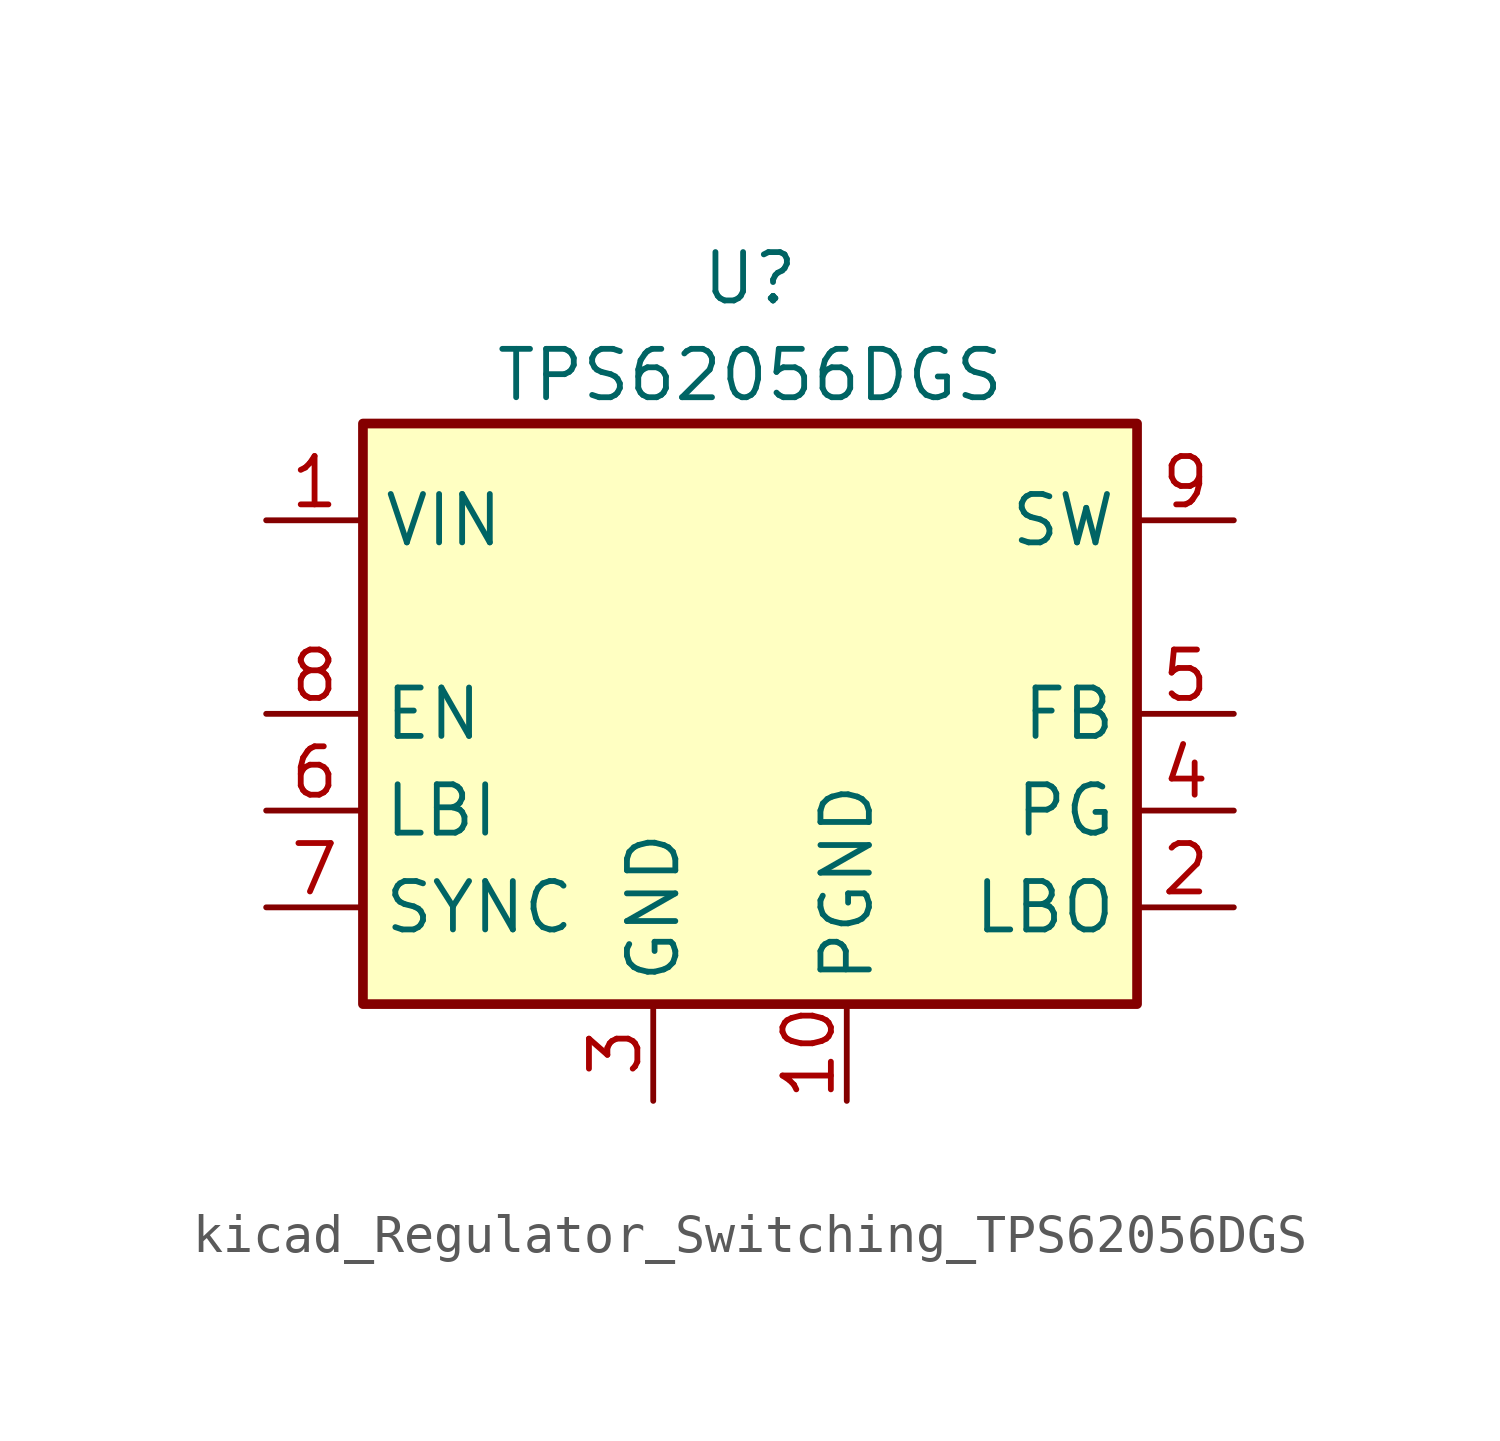
<source format=kicad_sym>
(kicad_symbol_lib
  (version 20220914)
  (generator kicad_symbol_editor)
  (symbol "kicad_Regulator_Switching_TPS62056DGS"
    (property "Reference" "U"
      (at 0 11.43 0)
      (effects (font (size 1.27 1.27))))
    (property "Value" "TPS62056DGS"
      (at 0 8.89 0)
      (effects (font (size 1.27 1.27))))
    (symbol "kicad_Regulator_Switching_TPS62056DGS_1_1"
      (rectangle (start -10.16 7.62) (end 10.16 -7.62) (stroke (width 0.254) (type default)) (fill (type background)))
      (pin power_in line (at -12.7 5.08 0) (length 2.54) (name "VIN" (effects (font (size 1.27 1.27)))) (number "1" (effects (font (size 1.27 1.27)))))
      (pin power_in line (at 2.54 -10.16 90) (length 2.54) (name "PGND" (effects (font (size 1.27 1.27)))) (number "10" (effects (font (size 1.27 1.27)))))
      (pin open_collector line (at 12.7 -5.08 180) (length 2.54) (name "LBO" (effects (font (size 1.27 1.27)))) (number "2" (effects (font (size 1.27 1.27)))))
      (pin power_in line (at -2.54 -10.16 90) (length 2.54) (name "GND" (effects (font (size 1.27 1.27)))) (number "3" (effects (font (size 1.27 1.27)))))
      (pin open_collector line (at 12.7 -2.54 180) (length 2.54) (name "PG" (effects (font (size 1.27 1.27)))) (number "4" (effects (font (size 1.27 1.27)))))
      (pin input line (at 12.7 0 180) (length 2.54) (name "FB" (effects (font (size 1.27 1.27)))) (number "5" (effects (font (size 1.27 1.27)))))
      (pin input line (at -12.7 -2.54 0) (length 2.54) (name "LBI" (effects (font (size 1.27 1.27)))) (number "6" (effects (font (size 1.27 1.27)))))
      (pin input line (at -12.7 -5.08 0) (length 2.54) (name "SYNC" (effects (font (size 1.27 1.27)))) (number "7" (effects (font (size 1.27 1.27)))))
      (pin input line (at -12.7 0 0) (length 2.54) (name "EN" (effects (font (size 1.27 1.27)))) (number "8" (effects (font (size 1.27 1.27)))))
      (pin power_out line (at 12.7 5.08 180) (length 2.54) (name "SW" (effects (font (size 1.27 1.27)))) (number "9" (effects (font (size 1.27 1.27))))))))
</source>
